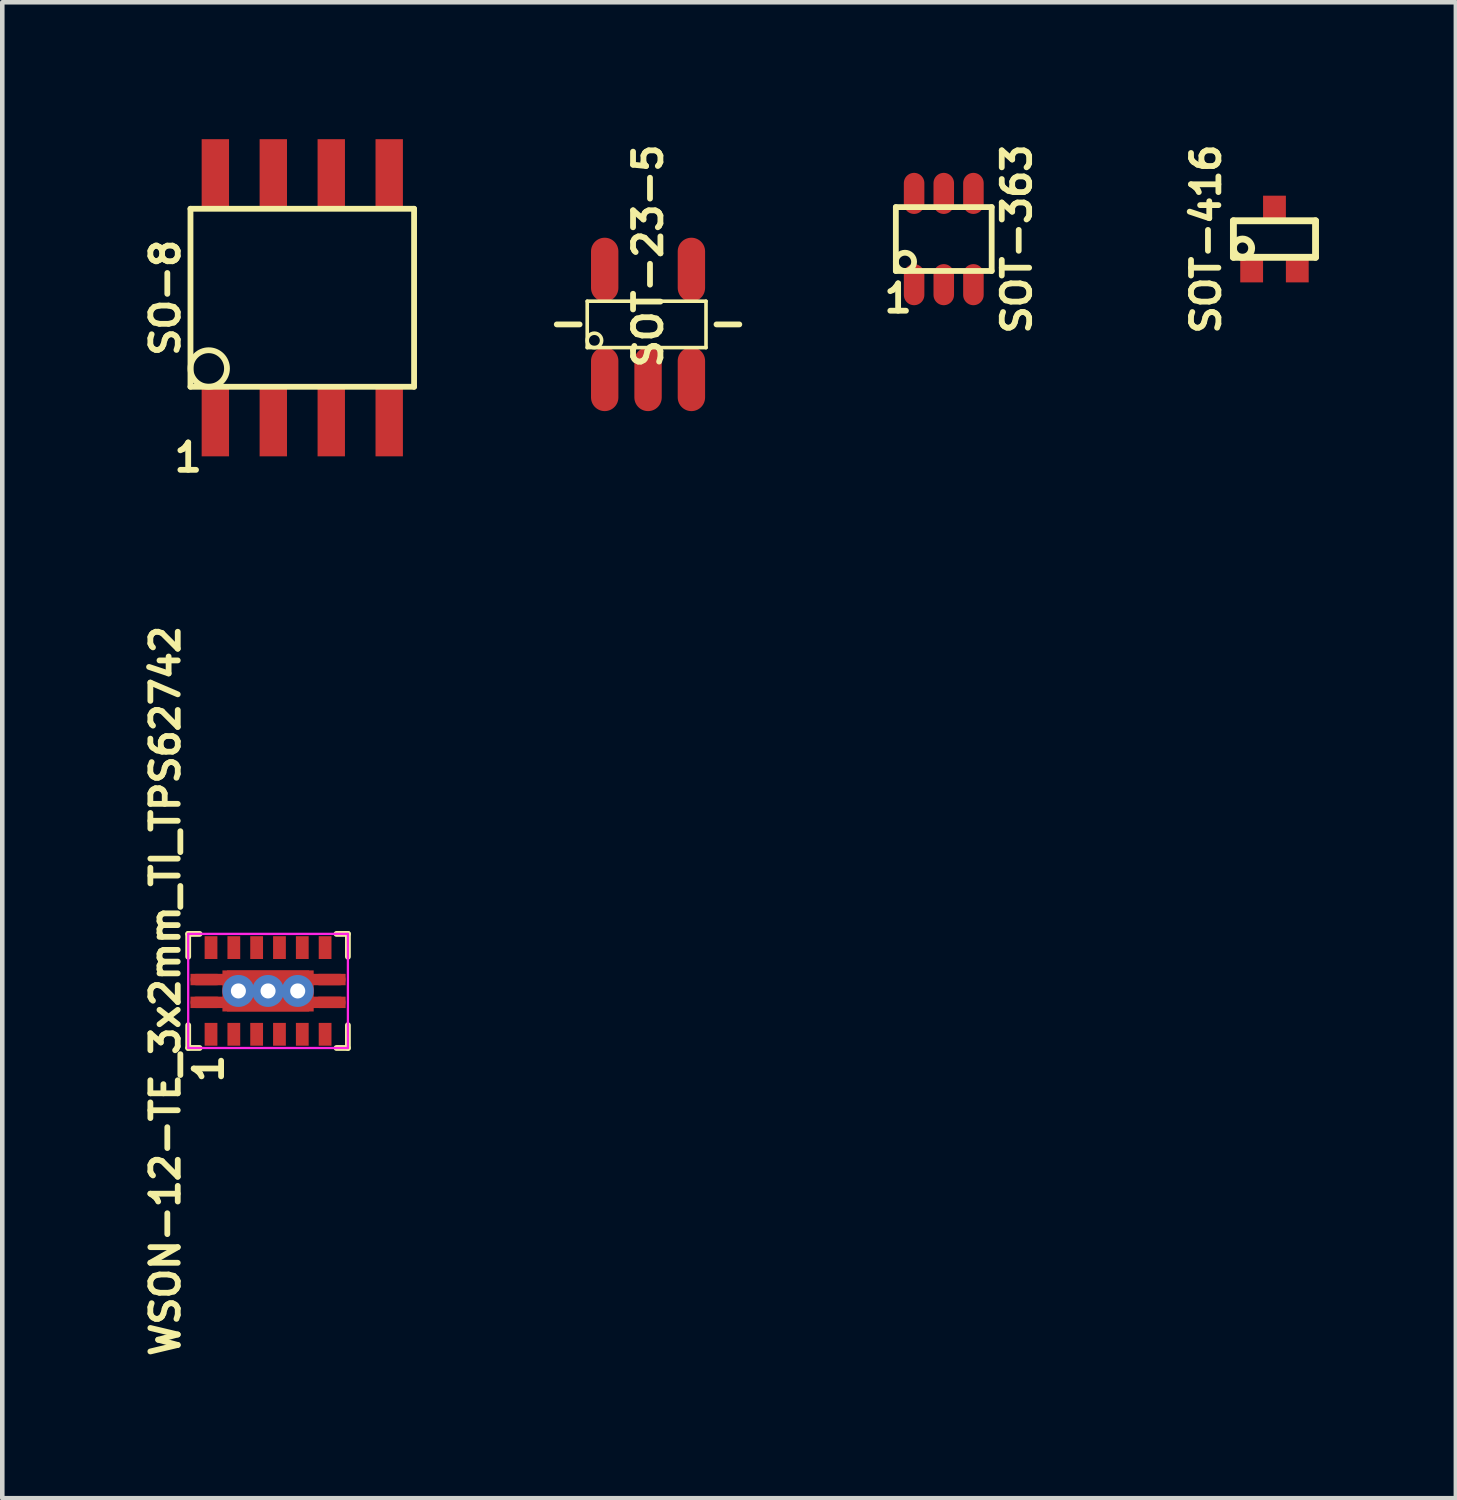
<source format=kicad_pcb>
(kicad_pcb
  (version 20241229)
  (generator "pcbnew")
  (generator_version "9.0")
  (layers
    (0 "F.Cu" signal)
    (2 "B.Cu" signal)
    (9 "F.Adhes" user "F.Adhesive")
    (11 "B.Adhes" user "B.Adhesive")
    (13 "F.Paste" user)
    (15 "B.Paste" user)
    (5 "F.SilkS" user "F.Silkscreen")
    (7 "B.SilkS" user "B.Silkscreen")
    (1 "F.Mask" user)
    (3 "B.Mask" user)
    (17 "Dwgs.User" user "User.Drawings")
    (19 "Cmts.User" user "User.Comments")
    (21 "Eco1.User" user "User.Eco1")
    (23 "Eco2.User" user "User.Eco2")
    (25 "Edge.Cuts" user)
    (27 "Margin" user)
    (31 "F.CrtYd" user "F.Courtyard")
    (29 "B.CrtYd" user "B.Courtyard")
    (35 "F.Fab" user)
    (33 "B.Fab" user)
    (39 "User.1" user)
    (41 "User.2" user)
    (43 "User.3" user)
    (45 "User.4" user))
  (footprint "SOT-416"
    (layer "F.Cu")
    (at 24.878 2.188)
    (property "Reference" "SOT-416" (at -1.5 0 90) (layer "F.SilkS") (effects (font (size 0.6 0.6) (thickness 0.127))))
    (attr smd)
    (fp_line (start -0.9 -0.4) (end -0.9 0.4) (stroke (width 0.15) (type solid)) (layer "F.SilkS"))
    (fp_line (start -0.9 0.4) (end 0.9 0.4) (stroke (width 0.15) (type solid)) (layer "F.SilkS"))
    (fp_line (start 0.9 -0.4) (end -0.9 -0.4) (stroke (width 0.15) (type solid)) (layer "F.SilkS"))
    (fp_line (start 0.9 0.4) (end 0.9 -0.4) (stroke (width 0.15) (type solid)) (layer "F.SilkS"))
    (fp_circle (center -0.7 0.2) (end -0.7 0.4) (stroke (width 0.15) (type solid)) (fill no) (layer "F.SilkS"))
    (pad "1" smd rect (at -0.5 0.65) (size 0.5 0.6) (layers "F.Cu" "F.Mask" "F.Paste"))
    (pad "2" smd rect (at 0.5 0.65) (size 0.5 0.6) (layers "F.Cu" "F.Mask" "F.Paste"))
    (pad "3" smd rect (at 0 -0.65) (size 0.5 0.6) (layers "F.Cu" "F.Mask" "F.Paste")))
  (footprint "WSON-12-TE_3x2mm_TI_TPS62742"
    (layer "F.Cu")
    (at 2.824 18.665)
    (property "Reference" "WSON-12-TE_3x2mm_TI_TPS62742" (at -2.25 0 90) (layer "F.SilkS") (effects (font (size 0.6 0.6) (thickness 0.127))))
    (attr smd)
    (fp_line (start -1.75 -1.25) (end -1.75 -0.75) (stroke (width 0.127) (type solid)) (layer "F.SilkS"))
    (fp_line (start -1.75 1.25) (end -1.75 0.75) (stroke (width 0.127) (type solid)) (layer "F.SilkS"))
    (fp_line (start -1.5 -1.25) (end -1.75 -1.25) (stroke (width 0.127) (type solid)) (layer "F.SilkS"))
    (fp_line (start -1.5 1.25) (end -1.75 1.25) (stroke (width 0.127) (type solid)) (layer "F.SilkS"))
    (fp_line (start 1.5 -1.25) (end 1.75 -1.25) (stroke (width 0.127) (type solid)) (layer "F.SilkS"))
    (fp_line (start 1.75 -1.25) (end 1.75 -0.75) (stroke (width 0.127) (type solid)) (layer "F.SilkS"))
    (fp_line (start 1.75 0.75) (end 1.75 1.25) (stroke (width 0.127) (type solid)) (layer "F.SilkS"))
    (fp_line (start 1.75 1.25) (end 1.5 1.25) (stroke (width 0.127) (type solid)) (layer "F.SilkS"))
    (fp_line (start -1.75 -1.25) (end 1.75 -1.25) (stroke (width 0.05) (type solid)) (layer "F.CrtYd"))
    (fp_line (start -1.75 1.25) (end -1.75 -1.25) (stroke (width 0.05) (type solid)) (layer "F.CrtYd"))
    (fp_line (start 1.75 -1.25) (end 1.75 1.25) (stroke (width 0.05) (type solid)) (layer "F.CrtYd"))
    (fp_line (start 1.75 1.25) (end -1.75 1.25) (stroke (width 0.05) (type solid)) (layer "F.CrtYd"))
    (fp_text user "1" (at -1.3 1.7 90) (layer "F.SilkS") (effects (font (size 0.6 0.6) (thickness 0.127))))
    (pad "1" smd rect (at -1.25 0.95) (size 0.28 0.5) (layers "F.Cu" "F.Mask" "F.Paste"))
    (pad "2" smd rect (at -0.75 0.95) (size 0.28 0.5) (layers "F.Cu" "F.Mask" "F.Paste"))
    (pad "3" smd rect (at -0.25 0.95) (size 0.28 0.5) (layers "F.Cu" "F.Mask" "F.Paste"))
    (pad "4" smd rect (at 0.25 0.95) (size 0.28 0.5) (layers "F.Cu" "F.Mask" "F.Paste"))
    (pad "5" smd rect (at 0.75 0.95) (size 0.28 0.5) (layers "F.Cu" "F.Mask" "F.Paste"))
    (pad "6" smd rect (at 1.25 0.95) (size 0.28 0.5) (layers "F.Cu" "F.Mask" "F.Paste"))
    (pad "7" smd rect (at 1.25 -0.95) (size 0.28 0.5) (layers "F.Cu" "F.Mask" "F.Paste"))
    (pad "8" smd rect (at 0.75 -0.95) (size 0.28 0.5) (layers "F.Cu" "F.Mask" "F.Paste"))
    (pad "9" smd rect (at 0.25 -0.95) (size 0.28 0.5) (layers "F.Cu" "F.Mask" "F.Paste"))
    (pad "10" smd rect (at -0.25 -0.95) (size 0.28 0.5) (layers "F.Cu" "F.Mask" "F.Paste"))
    (pad "11" smd rect (at -0.75 -0.95) (size 0.28 0.5) (layers "F.Cu" "F.Mask" "F.Paste"))
    (pad "12" smd rect (at -1.25 -0.95) (size 0.28 0.5) (layers "F.Cu" "F.Mask" "F.Paste"))
    (pad "13" smd oval (at -1.35 -0.25) (size 0.7 0.25) (layers "F.Cu" "F.Mask" "F.Paste"))
    (pad "13" smd oval (at -1.35 0.25) (size 0.7 0.25) (layers "F.Cu" "F.Mask" "F.Paste"))
    (pad "13" thru_hole circle (at -0.65 0) (size 0.7 0.7) (drill 0.33) (layers "*.Cu" "F.Mask"))
    (pad "13" smd rect (at 0 -0.25) (size 3.4 0.25) (layers "F.Cu" "F.Mask"))
    (pad "13" thru_hole circle (at 0 0) (size 0.7 0.7) (drill 0.33) (layers "*.Cu" "F.Mask"))
    (pad "13" smd rect (at 0 0) (size 1.8 0.9) (layers "F.Cu" "F.Mask" "F.Paste"))
    (pad "13" smd rect (at 0 0) (size 2 0.9) (layers "F.Cu" "F.Mask"))
    (pad "13" smd rect (at 0 0.25) (size 3.4 0.25) (layers "F.Cu" "F.Mask"))
    (pad "13" thru_hole circle (at 0.65 0) (size 0.7 0.7) (drill 0.33) (layers "*.Cu" "F.Mask"))
    (pad "13" smd oval (at 1.35 -0.25) (size 0.7 0.25) (layers "F.Cu" "F.Mask" "F.Paste"))
    (pad "13" smd oval (at 1.35 0.25) (size 0.7 0.25) (layers "F.Cu" "F.Mask" "F.Paste")))
  (footprint "SOT-23-5"
    (layer "F.Cu")
    (at 11.151 4.059)
    (property "Reference" "SOT-23-5" (at 0 -1.5 90) (layer "F.SilkS") (effects (font (size 0.6 0.6) (thickness 0.127))))
    (attr smd)
    (fp_line (start -1.5 0) (end -2 0) (stroke (width 0.127) (type solid)) (layer "F.SilkS"))
    (fp_line (start -1.333 -0.508) (end -1.333 0.508) (stroke (width 0.079) (type solid)) (layer "F.SilkS"))
    (fp_line (start -1.333 -0.508) (end 1.27 -0.508) (stroke (width 0.079) (type solid)) (layer "F.SilkS"))
    (fp_line (start 1.27 -0.508) (end 1.27 0.508) (stroke (width 0.079) (type solid)) (layer "F.SilkS"))
    (fp_line (start 1.27 0.508) (end -1.333 0.508) (stroke (width 0.079) (type solid)) (layer "F.SilkS"))
    (fp_line (start 1.5 0) (end 2 0) (stroke (width 0.127) (type solid)) (layer "F.SilkS"))
    (fp_circle (center -1.176 0.351) (end -1.3 0.45) (stroke (width 0.079) (type solid)) (fill no) (layer "F.SilkS"))
    (pad "1" smd oval (at -0.95 1.2) (size 0.6 1.4) (layers "F.Cu" "F.Mask" "F.Paste"))
    (pad "2" smd oval (at 0 1.2) (size 0.6 1.4) (layers "F.Cu" "F.Mask" "F.Paste"))
    (pad "3" smd oval (at 0.95 1.2) (size 0.6 1.4) (layers "F.Cu" "F.Mask" "F.Paste"))
    (pad "4" smd oval (at 0.95 -1.2) (size 0.6 1.4) (layers "F.Cu" "F.Mask" "F.Paste"))
    (pad "5" smd oval (at -0.95 -1.2) (size 0.6 1.4) (layers "F.Cu" "F.Mask" "F.Paste")))
  (footprint "SOT-363"
    (layer "F.Cu")
    (at 17.631 2.188)
    (property "Reference" "SOT-363" (at 1.6 0 90) (layer "F.SilkS") (effects (font (size 0.6 0.6) (thickness 0.127))))
    (attr smd)
    (fp_line (start -1.05 -0.7) (end -1.05 0.7) (stroke (width 0.127) (type solid)) (layer "F.SilkS"))
    (fp_line (start -1.05 -0.7) (end 1.05 -0.7) (stroke (width 0.127) (type solid)) (layer "F.SilkS"))
    (fp_line (start 1.05 -0.7) (end 1.05 0.7) (stroke (width 0.127) (type solid)) (layer "F.SilkS"))
    (fp_line (start 1.05 0.7) (end -1.05 0.7) (stroke (width 0.127) (type solid)) (layer "F.SilkS"))
    (fp_circle (center -0.85 0.5) (end -0.85 0.7) (stroke (width 0.127) (type solid)) (fill no) (layer "F.SilkS"))
    (fp_text user "1" (at -1 1.3 0) (layer "F.SilkS") (effects (font (size 0.6 0.6) (thickness 0.127))))
    (pad "1" smd oval (at -0.65 1) (size 0.45 0.9) (layers "F.Cu" "F.Mask" "F.Paste"))
    (pad "2" smd oval (at 0 1) (size 0.45 0.9) (layers "F.Cu" "F.Mask" "F.Paste"))
    (pad "3" smd oval (at 0.65 1) (size 0.45 0.9) (layers "F.Cu" "F.Mask" "F.Paste"))
    (pad "4" smd oval (at 0.65 -1) (size 0.45 0.9) (layers "F.Cu" "F.Mask" "F.Paste"))
    (pad "5" smd oval (at 0 -1) (size 0.45 0.9) (layers "F.Cu" "F.Mask" "F.Paste"))
    (pad "6" smd oval (at -0.65 -1) (size 0.45 0.9) (layers "F.Cu" "F.Mask" "F.Paste")))
  (footprint "SO-8"
    (layer "F.Cu")
    (at 3.574 3.475)
    (property "Reference" "SO-8" (at -3 0 90) (layer "F.SilkS") (effects (font (size 0.6 0.6) (thickness 0.127))))
    (attr smd)
    (fp_line (start -2.45 -1.95) (end -2.45 1.95) (stroke (width 0.127) (type solid)) (layer "F.SilkS"))
    (fp_line (start -2.45 1.95) (end 2.45 1.95) (stroke (width 0.127) (type solid)) (layer "F.SilkS"))
    (fp_line (start 2.45 -1.95) (end -2.45 -1.95) (stroke (width 0.127) (type solid)) (layer "F.SilkS"))
    (fp_line (start 2.45 1.95) (end 2.45 -1.95) (stroke (width 0.127) (type solid)) (layer "F.SilkS"))
    (fp_circle (center -2.05 1.55) (end -2.05 1.95) (stroke (width 0.127) (type solid)) (fill no) (layer "F.SilkS"))
    (fp_text user "1" (at -2.5 3.5 0) (layer "F.SilkS") (effects (font (size 0.6 0.6) (thickness 0.127))))
    (pad "1" smd rect (at -1.905 2.7) (size 0.6 1.55) (layers "F.Cu" "F.Mask" "F.Paste"))
    (pad "2" smd rect (at -0.635 2.7) (size 0.6 1.55) (layers "F.Cu" "F.Mask" "F.Paste"))
    (pad "3" smd rect (at 0.635 2.7) (size 0.6 1.55) (layers "F.Cu" "F.Mask" "F.Paste"))
    (pad "4" smd rect (at 1.905 2.7) (size 0.6 1.55) (layers "F.Cu" "F.Mask" "F.Paste"))
    (pad "5" smd rect (at 1.905 -2.7) (size 0.6 1.55) (layers "F.Cu" "F.Mask" "F.Paste"))
    (pad "6" smd rect (at 0.635 -2.7) (size 0.6 1.55) (layers "F.Cu" "F.Mask" "F.Paste"))
    (pad "7" smd rect (at -0.635 -2.7) (size 0.6 1.55) (layers "F.Cu" "F.Mask" "F.Paste"))
    (pad "8" smd rect (at -1.905 -2.7) (size 0.6 1.55) (layers "F.Cu" "F.Mask" "F.Paste")))
  (gr_rect
    (start -3 -3)
    (end 28.853 29.781)
    (stroke (width 0.1) (type default))
    (fill no)
    (layer "Edge.Cuts")))
</source>
